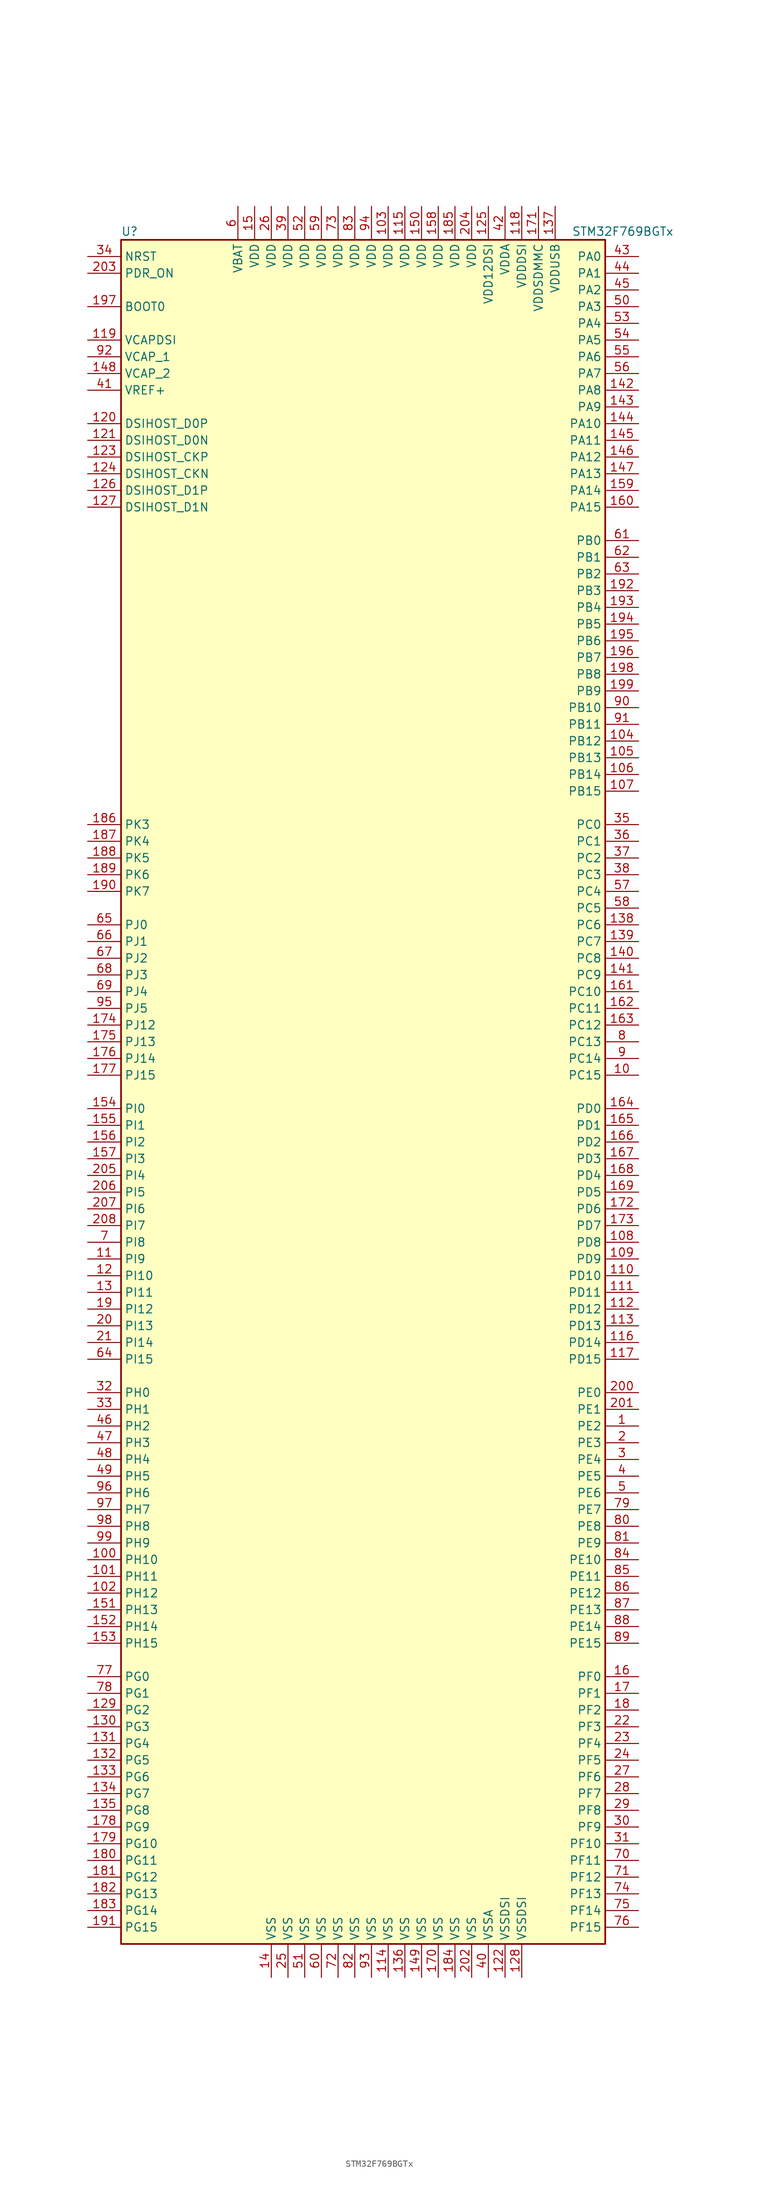
<source format=kicad_sym>
(kicad_symbol_lib
  (version 20201005)
  (generator kicad_symbol_editor)
  (symbol "STM32F769BGTx"
    (property "Reference" "U"
      (at -38.1 130.81 0)
      (effects (font (size 1.27 1.27)) (justify left)))
    (property "Value" "STM32F769BGTx"
      (at 30.48 130.81 0)
      (effects (font (size 1.27 1.27)) (justify left)))
    (symbol "STM32F769BGTx_0_1"
      (rectangle (start -38.1 -129.54) (end 35.56 129.54) (stroke (width 0.254)) (fill (type background))))
    (symbol "STM32F769BGTx_1_1"
      (pin bidirectional line (at 40.64 -50.8 180) (length 5.08) (name "PE2" (effects (font (size 1.27 1.27)))) (number "1" (effects (font (size 1.27 1.27)))))
      (pin bidirectional line (at 40.64 2.54 180) (length 5.08) (name "PC15" (effects (font (size 1.27 1.27)))) (number "10" (effects (font (size 1.27 1.27)))))
      (pin bidirectional line (at -43.18 -71.12 0) (length 5.08) (name "PH10" (effects (font (size 1.27 1.27)))) (number "100" (effects (font (size 1.27 1.27)))))
      (pin bidirectional line (at -43.18 -73.66 0) (length 5.08) (name "PH11" (effects (font (size 1.27 1.27)))) (number "101" (effects (font (size 1.27 1.27)))))
      (pin bidirectional line (at -43.18 -76.2 0) (length 5.08) (name "PH12" (effects (font (size 1.27 1.27)))) (number "102" (effects (font (size 1.27 1.27)))))
      (pin power_in line (at 2.54 134.62 270) (length 5.08) (name "VDD" (effects (font (size 1.27 1.27)))) (number "103" (effects (font (size 1.27 1.27)))))
      (pin bidirectional line (at 40.64 53.34 180) (length 5.08) (name "PB12" (effects (font (size 1.27 1.27)))) (number "104" (effects (font (size 1.27 1.27)))))
      (pin bidirectional line (at 40.64 50.8 180) (length 5.08) (name "PB13" (effects (font (size 1.27 1.27)))) (number "105" (effects (font (size 1.27 1.27)))))
      (pin bidirectional line (at 40.64 48.26 180) (length 5.08) (name "PB14" (effects (font (size 1.27 1.27)))) (number "106" (effects (font (size 1.27 1.27)))))
      (pin bidirectional line (at 40.64 45.72 180) (length 5.08) (name "PB15" (effects (font (size 1.27 1.27)))) (number "107" (effects (font (size 1.27 1.27)))))
      (pin bidirectional line (at 40.64 -22.86 180) (length 5.08) (name "PD8" (effects (font (size 1.27 1.27)))) (number "108" (effects (font (size 1.27 1.27)))))
      (pin bidirectional line (at 40.64 -25.4 180) (length 5.08) (name "PD9" (effects (font (size 1.27 1.27)))) (number "109" (effects (font (size 1.27 1.27)))))
      (pin bidirectional line (at -43.18 -25.4 0) (length 5.08) (name "PI9" (effects (font (size 1.27 1.27)))) (number "11" (effects (font (size 1.27 1.27)))))
      (pin bidirectional line (at 40.64 -27.94 180) (length 5.08) (name "PD10" (effects (font (size 1.27 1.27)))) (number "110" (effects (font (size 1.27 1.27)))))
      (pin bidirectional line (at 40.64 -30.48 180) (length 5.08) (name "PD11" (effects (font (size 1.27 1.27)))) (number "111" (effects (font (size 1.27 1.27)))))
      (pin bidirectional line (at 40.64 -33.02 180) (length 5.08) (name "PD12" (effects (font (size 1.27 1.27)))) (number "112" (effects (font (size 1.27 1.27)))))
      (pin bidirectional line (at 40.64 -35.56 180) (length 5.08) (name "PD13" (effects (font (size 1.27 1.27)))) (number "113" (effects (font (size 1.27 1.27)))))
      (pin power_in line (at 2.54 -134.62 90) (length 5.08) (name "VSS" (effects (font (size 1.27 1.27)))) (number "114" (effects (font (size 1.27 1.27)))))
      (pin power_in line (at 5.08 134.62 270) (length 5.08) (name "VDD" (effects (font (size 1.27 1.27)))) (number "115" (effects (font (size 1.27 1.27)))))
      (pin bidirectional line (at 40.64 -38.1 180) (length 5.08) (name "PD14" (effects (font (size 1.27 1.27)))) (number "116" (effects (font (size 1.27 1.27)))))
      (pin bidirectional line (at 40.64 -40.64 180) (length 5.08) (name "PD15" (effects (font (size 1.27 1.27)))) (number "117" (effects (font (size 1.27 1.27)))))
      (pin power_in line (at 22.86 134.62 270) (length 5.08) (name "VDDDSI" (effects (font (size 1.27 1.27)))) (number "118" (effects (font (size 1.27 1.27)))))
      (pin power_in line (at -43.18 114.3 0) (length 5.08) (name "VCAPDSI" (effects (font (size 1.27 1.27)))) (number "119" (effects (font (size 1.27 1.27)))))
      (pin bidirectional line (at -43.18 -27.94 0) (length 5.08) (name "PI10" (effects (font (size 1.27 1.27)))) (number "12" (effects (font (size 1.27 1.27)))))
      (pin bidirectional line (at -43.18 101.6 0) (length 5.08) (name "DSIHOST_D0P" (effects (font (size 1.27 1.27)))) (number "120" (effects (font (size 1.27 1.27)))))
      (pin bidirectional line (at -43.18 99.06 0) (length 5.08) (name "DSIHOST_D0N" (effects (font (size 1.27 1.27)))) (number "121" (effects (font (size 1.27 1.27)))))
      (pin power_in line (at 20.32 -134.62 90) (length 5.08) (name "VSSDSI" (effects (font (size 1.27 1.27)))) (number "122" (effects (font (size 1.27 1.27)))))
      (pin bidirectional line (at -43.18 96.52 0) (length 5.08) (name "DSIHOST_CKP" (effects (font (size 1.27 1.27)))) (number "123" (effects (font (size 1.27 1.27)))))
      (pin bidirectional line (at -43.18 93.98 0) (length 5.08) (name "DSIHOST_CKN" (effects (font (size 1.27 1.27)))) (number "124" (effects (font (size 1.27 1.27)))))
      (pin power_in line (at 17.78 134.62 270) (length 5.08) (name "VDD12DSI" (effects (font (size 1.27 1.27)))) (number "125" (effects (font (size 1.27 1.27)))))
      (pin bidirectional line (at -43.18 91.44 0) (length 5.08) (name "DSIHOST_D1P" (effects (font (size 1.27 1.27)))) (number "126" (effects (font (size 1.27 1.27)))))
      (pin bidirectional line (at -43.18 88.9 0) (length 5.08) (name "DSIHOST_D1N" (effects (font (size 1.27 1.27)))) (number "127" (effects (font (size 1.27 1.27)))))
      (pin power_in line (at 22.86 -134.62 90) (length 5.08) (name "VSSDSI" (effects (font (size 1.27 1.27)))) (number "128" (effects (font (size 1.27 1.27)))))
      (pin bidirectional line (at -43.18 -93.98 0) (length 5.08) (name "PG2" (effects (font (size 1.27 1.27)))) (number "129" (effects (font (size 1.27 1.27)))))
      (pin bidirectional line (at -43.18 -30.48 0) (length 5.08) (name "PI11" (effects (font (size 1.27 1.27)))) (number "13" (effects (font (size 1.27 1.27)))))
      (pin bidirectional line (at -43.18 -96.52 0) (length 5.08) (name "PG3" (effects (font (size 1.27 1.27)))) (number "130" (effects (font (size 1.27 1.27)))))
      (pin bidirectional line (at -43.18 -99.06 0) (length 5.08) (name "PG4" (effects (font (size 1.27 1.27)))) (number "131" (effects (font (size 1.27 1.27)))))
      (pin bidirectional line (at -43.18 -101.6 0) (length 5.08) (name "PG5" (effects (font (size 1.27 1.27)))) (number "132" (effects (font (size 1.27 1.27)))))
      (pin bidirectional line (at -43.18 -104.14 0) (length 5.08) (name "PG6" (effects (font (size 1.27 1.27)))) (number "133" (effects (font (size 1.27 1.27)))))
      (pin bidirectional line (at -43.18 -106.68 0) (length 5.08) (name "PG7" (effects (font (size 1.27 1.27)))) (number "134" (effects (font (size 1.27 1.27)))))
      (pin bidirectional line (at -43.18 -109.22 0) (length 5.08) (name "PG8" (effects (font (size 1.27 1.27)))) (number "135" (effects (font (size 1.27 1.27)))))
      (pin power_in line (at 5.08 -134.62 90) (length 5.08) (name "VSS" (effects (font (size 1.27 1.27)))) (number "136" (effects (font (size 1.27 1.27)))))
      (pin power_in line (at 27.94 134.62 270) (length 5.08) (name "VDDUSB" (effects (font (size 1.27 1.27)))) (number "137" (effects (font (size 1.27 1.27)))))
      (pin bidirectional line (at 40.64 25.4 180) (length 5.08) (name "PC6" (effects (font (size 1.27 1.27)))) (number "138" (effects (font (size 1.27 1.27)))))
      (pin bidirectional line (at 40.64 22.86 180) (length 5.08) (name "PC7" (effects (font (size 1.27 1.27)))) (number "139" (effects (font (size 1.27 1.27)))))
      (pin power_in line (at -15.24 -134.62 90) (length 5.08) (name "VSS" (effects (font (size 1.27 1.27)))) (number "14" (effects (font (size 1.27 1.27)))))
      (pin bidirectional line (at 40.64 20.32 180) (length 5.08) (name "PC8" (effects (font (size 1.27 1.27)))) (number "140" (effects (font (size 1.27 1.27)))))
      (pin bidirectional line (at 40.64 17.78 180) (length 5.08) (name "PC9" (effects (font (size 1.27 1.27)))) (number "141" (effects (font (size 1.27 1.27)))))
      (pin bidirectional line (at 40.64 106.68 180) (length 5.08) (name "PA8" (effects (font (size 1.27 1.27)))) (number "142" (effects (font (size 1.27 1.27)))))
      (pin bidirectional line (at 40.64 104.14 180) (length 5.08) (name "PA9" (effects (font (size 1.27 1.27)))) (number "143" (effects (font (size 1.27 1.27)))))
      (pin bidirectional line (at 40.64 101.6 180) (length 5.08) (name "PA10" (effects (font (size 1.27 1.27)))) (number "144" (effects (font (size 1.27 1.27)))))
      (pin bidirectional line (at 40.64 99.06 180) (length 5.08) (name "PA11" (effects (font (size 1.27 1.27)))) (number "145" (effects (font (size 1.27 1.27)))))
      (pin bidirectional line (at 40.64 96.52 180) (length 5.08) (name "PA12" (effects (font (size 1.27 1.27)))) (number "146" (effects (font (size 1.27 1.27)))))
      (pin bidirectional line (at 40.64 93.98 180) (length 5.08) (name "PA13" (effects (font (size 1.27 1.27)))) (number "147" (effects (font (size 1.27 1.27)))))
      (pin power_in line (at -43.18 109.22 0) (length 5.08) (name "VCAP_2" (effects (font (size 1.27 1.27)))) (number "148" (effects (font (size 1.27 1.27)))))
      (pin power_in line (at 7.62 -134.62 90) (length 5.08) (name "VSS" (effects (font (size 1.27 1.27)))) (number "149" (effects (font (size 1.27 1.27)))))
      (pin power_in line (at -17.78 134.62 270) (length 5.08) (name "VDD" (effects (font (size 1.27 1.27)))) (number "15" (effects (font (size 1.27 1.27)))))
      (pin power_in line (at 7.62 134.62 270) (length 5.08) (name "VDD" (effects (font (size 1.27 1.27)))) (number "150" (effects (font (size 1.27 1.27)))))
      (pin bidirectional line (at -43.18 -78.74 0) (length 5.08) (name "PH13" (effects (font (size 1.27 1.27)))) (number "151" (effects (font (size 1.27 1.27)))))
      (pin bidirectional line (at -43.18 -81.28 0) (length 5.08) (name "PH14" (effects (font (size 1.27 1.27)))) (number "152" (effects (font (size 1.27 1.27)))))
      (pin bidirectional line (at -43.18 -83.82 0) (length 5.08) (name "PH15" (effects (font (size 1.27 1.27)))) (number "153" (effects (font (size 1.27 1.27)))))
      (pin bidirectional line (at -43.18 -2.54 0) (length 5.08) (name "PI0" (effects (font (size 1.27 1.27)))) (number "154" (effects (font (size 1.27 1.27)))))
      (pin bidirectional line (at -43.18 -5.08 0) (length 5.08) (name "PI1" (effects (font (size 1.27 1.27)))) (number "155" (effects (font (size 1.27 1.27)))))
      (pin bidirectional line (at -43.18 -7.62 0) (length 5.08) (name "PI2" (effects (font (size 1.27 1.27)))) (number "156" (effects (font (size 1.27 1.27)))))
      (pin bidirectional line (at -43.18 -10.16 0) (length 5.08) (name "PI3" (effects (font (size 1.27 1.27)))) (number "157" (effects (font (size 1.27 1.27)))))
      (pin power_in line (at 10.16 134.62 270) (length 5.08) (name "VDD" (effects (font (size 1.27 1.27)))) (number "158" (effects (font (size 1.27 1.27)))))
      (pin bidirectional line (at 40.64 91.44 180) (length 5.08) (name "PA14" (effects (font (size 1.27 1.27)))) (number "159" (effects (font (size 1.27 1.27)))))
      (pin bidirectional line (at 40.64 -88.9 180) (length 5.08) (name "PF0" (effects (font (size 1.27 1.27)))) (number "16" (effects (font (size 1.27 1.27)))))
      (pin bidirectional line (at 40.64 88.9 180) (length 5.08) (name "PA15" (effects (font (size 1.27 1.27)))) (number "160" (effects (font (size 1.27 1.27)))))
      (pin bidirectional line (at 40.64 15.24 180) (length 5.08) (name "PC10" (effects (font (size 1.27 1.27)))) (number "161" (effects (font (size 1.27 1.27)))))
      (pin bidirectional line (at 40.64 12.7 180) (length 5.08) (name "PC11" (effects (font (size 1.27 1.27)))) (number "162" (effects (font (size 1.27 1.27)))))
      (pin bidirectional line (at 40.64 10.16 180) (length 5.08) (name "PC12" (effects (font (size 1.27 1.27)))) (number "163" (effects (font (size 1.27 1.27)))))
      (pin bidirectional line (at 40.64 -2.54 180) (length 5.08) (name "PD0" (effects (font (size 1.27 1.27)))) (number "164" (effects (font (size 1.27 1.27)))))
      (pin bidirectional line (at 40.64 -5.08 180) (length 5.08) (name "PD1" (effects (font (size 1.27 1.27)))) (number "165" (effects (font (size 1.27 1.27)))))
      (pin bidirectional line (at 40.64 -7.62 180) (length 5.08) (name "PD2" (effects (font (size 1.27 1.27)))) (number "166" (effects (font (size 1.27 1.27)))))
      (pin bidirectional line (at 40.64 -10.16 180) (length 5.08) (name "PD3" (effects (font (size 1.27 1.27)))) (number "167" (effects (font (size 1.27 1.27)))))
      (pin bidirectional line (at 40.64 -12.7 180) (length 5.08) (name "PD4" (effects (font (size 1.27 1.27)))) (number "168" (effects (font (size 1.27 1.27)))))
      (pin bidirectional line (at 40.64 -15.24 180) (length 5.08) (name "PD5" (effects (font (size 1.27 1.27)))) (number "169" (effects (font (size 1.27 1.27)))))
      (pin bidirectional line (at 40.64 -91.44 180) (length 5.08) (name "PF1" (effects (font (size 1.27 1.27)))) (number "17" (effects (font (size 1.27 1.27)))))
      (pin power_in line (at 10.16 -134.62 90) (length 5.08) (name "VSS" (effects (font (size 1.27 1.27)))) (number "170" (effects (font (size 1.27 1.27)))))
      (pin power_in line (at 25.4 134.62 270) (length 5.08) (name "VDDSDMMC" (effects (font (size 1.27 1.27)))) (number "171" (effects (font (size 1.27 1.27)))))
      (pin bidirectional line (at 40.64 -17.78 180) (length 5.08) (name "PD6" (effects (font (size 1.27 1.27)))) (number "172" (effects (font (size 1.27 1.27)))))
      (pin bidirectional line (at 40.64 -20.32 180) (length 5.08) (name "PD7" (effects (font (size 1.27 1.27)))) (number "173" (effects (font (size 1.27 1.27)))))
      (pin bidirectional line (at -43.18 10.16 0) (length 5.08) (name "PJ12" (effects (font (size 1.27 1.27)))) (number "174" (effects (font (size 1.27 1.27)))))
      (pin bidirectional line (at -43.18 7.62 0) (length 5.08) (name "PJ13" (effects (font (size 1.27 1.27)))) (number "175" (effects (font (size 1.27 1.27)))))
      (pin bidirectional line (at -43.18 5.08 0) (length 5.08) (name "PJ14" (effects (font (size 1.27 1.27)))) (number "176" (effects (font (size 1.27 1.27)))))
      (pin bidirectional line (at -43.18 2.54 0) (length 5.08) (name "PJ15" (effects (font (size 1.27 1.27)))) (number "177" (effects (font (size 1.27 1.27)))))
      (pin bidirectional line (at -43.18 -111.76 0) (length 5.08) (name "PG9" (effects (font (size 1.27 1.27)))) (number "178" (effects (font (size 1.27 1.27)))))
      (pin bidirectional line (at -43.18 -114.3 0) (length 5.08) (name "PG10" (effects (font (size 1.27 1.27)))) (number "179" (effects (font (size 1.27 1.27)))))
      (pin bidirectional line (at 40.64 -93.98 180) (length 5.08) (name "PF2" (effects (font (size 1.27 1.27)))) (number "18" (effects (font (size 1.27 1.27)))))
      (pin bidirectional line (at -43.18 -116.84 0) (length 5.08) (name "PG11" (effects (font (size 1.27 1.27)))) (number "180" (effects (font (size 1.27 1.27)))))
      (pin bidirectional line (at -43.18 -119.38 0) (length 5.08) (name "PG12" (effects (font (size 1.27 1.27)))) (number "181" (effects (font (size 1.27 1.27)))))
      (pin bidirectional line (at -43.18 -121.92 0) (length 5.08) (name "PG13" (effects (font (size 1.27 1.27)))) (number "182" (effects (font (size 1.27 1.27)))))
      (pin bidirectional line (at -43.18 -124.46 0) (length 5.08) (name "PG14" (effects (font (size 1.27 1.27)))) (number "183" (effects (font (size 1.27 1.27)))))
      (pin power_in line (at 12.7 -134.62 90) (length 5.08) (name "VSS" (effects (font (size 1.27 1.27)))) (number "184" (effects (font (size 1.27 1.27)))))
      (pin power_in line (at 12.7 134.62 270) (length 5.08) (name "VDD" (effects (font (size 1.27 1.27)))) (number "185" (effects (font (size 1.27 1.27)))))
      (pin bidirectional line (at -43.18 40.64 0) (length 5.08) (name "PK3" (effects (font (size 1.27 1.27)))) (number "186" (effects (font (size 1.27 1.27)))))
      (pin bidirectional line (at -43.18 38.1 0) (length 5.08) (name "PK4" (effects (font (size 1.27 1.27)))) (number "187" (effects (font (size 1.27 1.27)))))
      (pin bidirectional line (at -43.18 35.56 0) (length 5.08) (name "PK5" (effects (font (size 1.27 1.27)))) (number "188" (effects (font (size 1.27 1.27)))))
      (pin bidirectional line (at -43.18 33.02 0) (length 5.08) (name "PK6" (effects (font (size 1.27 1.27)))) (number "189" (effects (font (size 1.27 1.27)))))
      (pin bidirectional line (at -43.18 -33.02 0) (length 5.08) (name "PI12" (effects (font (size 1.27 1.27)))) (number "19" (effects (font (size 1.27 1.27)))))
      (pin bidirectional line (at -43.18 30.48 0) (length 5.08) (name "PK7" (effects (font (size 1.27 1.27)))) (number "190" (effects (font (size 1.27 1.27)))))
      (pin bidirectional line (at -43.18 -127 0) (length 5.08) (name "PG15" (effects (font (size 1.27 1.27)))) (number "191" (effects (font (size 1.27 1.27)))))
      (pin bidirectional line (at 40.64 76.2 180) (length 5.08) (name "PB3" (effects (font (size 1.27 1.27)))) (number "192" (effects (font (size 1.27 1.27)))))
      (pin bidirectional line (at 40.64 73.66 180) (length 5.08) (name "PB4" (effects (font (size 1.27 1.27)))) (number "193" (effects (font (size 1.27 1.27)))))
      (pin bidirectional line (at 40.64 71.12 180) (length 5.08) (name "PB5" (effects (font (size 1.27 1.27)))) (number "194" (effects (font (size 1.27 1.27)))))
      (pin bidirectional line (at 40.64 68.58 180) (length 5.08) (name "PB6" (effects (font (size 1.27 1.27)))) (number "195" (effects (font (size 1.27 1.27)))))
      (pin bidirectional line (at 40.64 66.04 180) (length 5.08) (name "PB7" (effects (font (size 1.27 1.27)))) (number "196" (effects (font (size 1.27 1.27)))))
      (pin input line (at -43.18 119.38 0) (length 5.08) (name "BOOT0" (effects (font (size 1.27 1.27)))) (number "197" (effects (font (size 1.27 1.27)))))
      (pin bidirectional line (at 40.64 63.5 180) (length 5.08) (name "PB8" (effects (font (size 1.27 1.27)))) (number "198" (effects (font (size 1.27 1.27)))))
      (pin bidirectional line (at 40.64 60.96 180) (length 5.08) (name "PB9" (effects (font (size 1.27 1.27)))) (number "199" (effects (font (size 1.27 1.27)))))
      (pin bidirectional line (at 40.64 -53.34 180) (length 5.08) (name "PE3" (effects (font (size 1.27 1.27)))) (number "2" (effects (font (size 1.27 1.27)))))
      (pin bidirectional line (at -43.18 -35.56 0) (length 5.08) (name "PI13" (effects (font (size 1.27 1.27)))) (number "20" (effects (font (size 1.27 1.27)))))
      (pin bidirectional line (at 40.64 -45.72 180) (length 5.08) (name "PE0" (effects (font (size 1.27 1.27)))) (number "200" (effects (font (size 1.27 1.27)))))
      (pin bidirectional line (at 40.64 -48.26 180) (length 5.08) (name "PE1" (effects (font (size 1.27 1.27)))) (number "201" (effects (font (size 1.27 1.27)))))
      (pin power_in line (at 15.24 -134.62 90) (length 5.08) (name "VSS" (effects (font (size 1.27 1.27)))) (number "202" (effects (font (size 1.27 1.27)))))
      (pin input line (at -43.18 124.46 0) (length 5.08) (name "PDR_ON" (effects (font (size 1.27 1.27)))) (number "203" (effects (font (size 1.27 1.27)))))
      (pin power_in line (at 15.24 134.62 270) (length 5.08) (name "VDD" (effects (font (size 1.27 1.27)))) (number "204" (effects (font (size 1.27 1.27)))))
      (pin bidirectional line (at -43.18 -12.7 0) (length 5.08) (name "PI4" (effects (font (size 1.27 1.27)))) (number "205" (effects (font (size 1.27 1.27)))))
      (pin bidirectional line (at -43.18 -15.24 0) (length 5.08) (name "PI5" (effects (font (size 1.27 1.27)))) (number "206" (effects (font (size 1.27 1.27)))))
      (pin bidirectional line (at -43.18 -17.78 0) (length 5.08) (name "PI6" (effects (font (size 1.27 1.27)))) (number "207" (effects (font (size 1.27 1.27)))))
      (pin bidirectional line (at -43.18 -20.32 0) (length 5.08) (name "PI7" (effects (font (size 1.27 1.27)))) (number "208" (effects (font (size 1.27 1.27)))))
      (pin bidirectional line (at -43.18 -38.1 0) (length 5.08) (name "PI14" (effects (font (size 1.27 1.27)))) (number "21" (effects (font (size 1.27 1.27)))))
      (pin bidirectional line (at 40.64 -96.52 180) (length 5.08) (name "PF3" (effects (font (size 1.27 1.27)))) (number "22" (effects (font (size 1.27 1.27)))))
      (pin bidirectional line (at 40.64 -99.06 180) (length 5.08) (name "PF4" (effects (font (size 1.27 1.27)))) (number "23" (effects (font (size 1.27 1.27)))))
      (pin bidirectional line (at 40.64 -101.6 180) (length 5.08) (name "PF5" (effects (font (size 1.27 1.27)))) (number "24" (effects (font (size 1.27 1.27)))))
      (pin power_in line (at -12.7 -134.62 90) (length 5.08) (name "VSS" (effects (font (size 1.27 1.27)))) (number "25" (effects (font (size 1.27 1.27)))))
      (pin power_in line (at -15.24 134.62 270) (length 5.08) (name "VDD" (effects (font (size 1.27 1.27)))) (number "26" (effects (font (size 1.27 1.27)))))
      (pin bidirectional line (at 40.64 -104.14 180) (length 5.08) (name "PF6" (effects (font (size 1.27 1.27)))) (number "27" (effects (font (size 1.27 1.27)))))
      (pin bidirectional line (at 40.64 -106.68 180) (length 5.08) (name "PF7" (effects (font (size 1.27 1.27)))) (number "28" (effects (font (size 1.27 1.27)))))
      (pin bidirectional line (at 40.64 -109.22 180) (length 5.08) (name "PF8" (effects (font (size 1.27 1.27)))) (number "29" (effects (font (size 1.27 1.27)))))
      (pin bidirectional line (at 40.64 -55.88 180) (length 5.08) (name "PE4" (effects (font (size 1.27 1.27)))) (number "3" (effects (font (size 1.27 1.27)))))
      (pin bidirectional line (at 40.64 -111.76 180) (length 5.08) (name "PF9" (effects (font (size 1.27 1.27)))) (number "30" (effects (font (size 1.27 1.27)))))
      (pin bidirectional line (at 40.64 -114.3 180) (length 5.08) (name "PF10" (effects (font (size 1.27 1.27)))) (number "31" (effects (font (size 1.27 1.27)))))
      (pin input line (at -43.18 -45.72 0) (length 5.08) (name "PH0" (effects (font (size 1.27 1.27)))) (number "32" (effects (font (size 1.27 1.27)))))
      (pin input line (at -43.18 -48.26 0) (length 5.08) (name "PH1" (effects (font (size 1.27 1.27)))) (number "33" (effects (font (size 1.27 1.27)))))
      (pin input line (at -43.18 127 0) (length 5.08) (name "NRST" (effects (font (size 1.27 1.27)))) (number "34" (effects (font (size 1.27 1.27)))))
      (pin bidirectional line (at 40.64 40.64 180) (length 5.08) (name "PC0" (effects (font (size 1.27 1.27)))) (number "35" (effects (font (size 1.27 1.27)))))
      (pin bidirectional line (at 40.64 38.1 180) (length 5.08) (name "PC1" (effects (font (size 1.27 1.27)))) (number "36" (effects (font (size 1.27 1.27)))))
      (pin bidirectional line (at 40.64 35.56 180) (length 5.08) (name "PC2" (effects (font (size 1.27 1.27)))) (number "37" (effects (font (size 1.27 1.27)))))
      (pin bidirectional line (at 40.64 33.02 180) (length 5.08) (name "PC3" (effects (font (size 1.27 1.27)))) (number "38" (effects (font (size 1.27 1.27)))))
      (pin power_in line (at -12.7 134.62 270) (length 5.08) (name "VDD" (effects (font (size 1.27 1.27)))) (number "39" (effects (font (size 1.27 1.27)))))
      (pin bidirectional line (at 40.64 -58.42 180) (length 5.08) (name "PE5" (effects (font (size 1.27 1.27)))) (number "4" (effects (font (size 1.27 1.27)))))
      (pin power_in line (at 17.78 -134.62 90) (length 5.08) (name "VSSA" (effects (font (size 1.27 1.27)))) (number "40" (effects (font (size 1.27 1.27)))))
      (pin power_in line (at -43.18 106.68 0) (length 5.08) (name "VREF+" (effects (font (size 1.27 1.27)))) (number "41" (effects (font (size 1.27 1.27)))))
      (pin power_in line (at 20.32 134.62 270) (length 5.08) (name "VDDA" (effects (font (size 1.27 1.27)))) (number "42" (effects (font (size 1.27 1.27)))))
      (pin bidirectional line (at 40.64 127 180) (length 5.08) (name "PA0" (effects (font (size 1.27 1.27)))) (number "43" (effects (font (size 1.27 1.27)))))
      (pin bidirectional line (at 40.64 124.46 180) (length 5.08) (name "PA1" (effects (font (size 1.27 1.27)))) (number "44" (effects (font (size 1.27 1.27)))))
      (pin bidirectional line (at 40.64 121.92 180) (length 5.08) (name "PA2" (effects (font (size 1.27 1.27)))) (number "45" (effects (font (size 1.27 1.27)))))
      (pin bidirectional line (at -43.18 -50.8 0) (length 5.08) (name "PH2" (effects (font (size 1.27 1.27)))) (number "46" (effects (font (size 1.27 1.27)))))
      (pin bidirectional line (at -43.18 -53.34 0) (length 5.08) (name "PH3" (effects (font (size 1.27 1.27)))) (number "47" (effects (font (size 1.27 1.27)))))
      (pin bidirectional line (at -43.18 -55.88 0) (length 5.08) (name "PH4" (effects (font (size 1.27 1.27)))) (number "48" (effects (font (size 1.27 1.27)))))
      (pin bidirectional line (at -43.18 -58.42 0) (length 5.08) (name "PH5" (effects (font (size 1.27 1.27)))) (number "49" (effects (font (size 1.27 1.27)))))
      (pin bidirectional line (at 40.64 -60.96 180) (length 5.08) (name "PE6" (effects (font (size 1.27 1.27)))) (number "5" (effects (font (size 1.27 1.27)))))
      (pin bidirectional line (at 40.64 119.38 180) (length 5.08) (name "PA3" (effects (font (size 1.27 1.27)))) (number "50" (effects (font (size 1.27 1.27)))))
      (pin power_in line (at -10.16 -134.62 90) (length 5.08) (name "VSS" (effects (font (size 1.27 1.27)))) (number "51" (effects (font (size 1.27 1.27)))))
      (pin power_in line (at -10.16 134.62 270) (length 5.08) (name "VDD" (effects (font (size 1.27 1.27)))) (number "52" (effects (font (size 1.27 1.27)))))
      (pin bidirectional line (at 40.64 116.84 180) (length 5.08) (name "PA4" (effects (font (size 1.27 1.27)))) (number "53" (effects (font (size 1.27 1.27)))))
      (pin bidirectional line (at 40.64 114.3 180) (length 5.08) (name "PA5" (effects (font (size 1.27 1.27)))) (number "54" (effects (font (size 1.27 1.27)))))
      (pin bidirectional line (at 40.64 111.76 180) (length 5.08) (name "PA6" (effects (font (size 1.27 1.27)))) (number "55" (effects (font (size 1.27 1.27)))))
      (pin bidirectional line (at 40.64 109.22 180) (length 5.08) (name "PA7" (effects (font (size 1.27 1.27)))) (number "56" (effects (font (size 1.27 1.27)))))
      (pin bidirectional line (at 40.64 30.48 180) (length 5.08) (name "PC4" (effects (font (size 1.27 1.27)))) (number "57" (effects (font (size 1.27 1.27)))))
      (pin bidirectional line (at 40.64 27.94 180) (length 5.08) (name "PC5" (effects (font (size 1.27 1.27)))) (number "58" (effects (font (size 1.27 1.27)))))
      (pin power_in line (at -7.62 134.62 270) (length 5.08) (name "VDD" (effects (font (size 1.27 1.27)))) (number "59" (effects (font (size 1.27 1.27)))))
      (pin power_in line (at -20.32 134.62 270) (length 5.08) (name "VBAT" (effects (font (size 1.27 1.27)))) (number "6" (effects (font (size 1.27 1.27)))))
      (pin power_in line (at -7.62 -134.62 90) (length 5.08) (name "VSS" (effects (font (size 1.27 1.27)))) (number "60" (effects (font (size 1.27 1.27)))))
      (pin bidirectional line (at 40.64 83.82 180) (length 5.08) (name "PB0" (effects (font (size 1.27 1.27)))) (number "61" (effects (font (size 1.27 1.27)))))
      (pin bidirectional line (at 40.64 81.28 180) (length 5.08) (name "PB1" (effects (font (size 1.27 1.27)))) (number "62" (effects (font (size 1.27 1.27)))))
      (pin bidirectional line (at 40.64 78.74 180) (length 5.08) (name "PB2" (effects (font (size 1.27 1.27)))) (number "63" (effects (font (size 1.27 1.27)))))
      (pin bidirectional line (at -43.18 -40.64 0) (length 5.08) (name "PI15" (effects (font (size 1.27 1.27)))) (number "64" (effects (font (size 1.27 1.27)))))
      (pin bidirectional line (at -43.18 25.4 0) (length 5.08) (name "PJ0" (effects (font (size 1.27 1.27)))) (number "65" (effects (font (size 1.27 1.27)))))
      (pin bidirectional line (at -43.18 22.86 0) (length 5.08) (name "PJ1" (effects (font (size 1.27 1.27)))) (number "66" (effects (font (size 1.27 1.27)))))
      (pin bidirectional line (at -43.18 20.32 0) (length 5.08) (name "PJ2" (effects (font (size 1.27 1.27)))) (number "67" (effects (font (size 1.27 1.27)))))
      (pin bidirectional line (at -43.18 17.78 0) (length 5.08) (name "PJ3" (effects (font (size 1.27 1.27)))) (number "68" (effects (font (size 1.27 1.27)))))
      (pin bidirectional line (at -43.18 15.24 0) (length 5.08) (name "PJ4" (effects (font (size 1.27 1.27)))) (number "69" (effects (font (size 1.27 1.27)))))
      (pin bidirectional line (at -43.18 -22.86 0) (length 5.08) (name "PI8" (effects (font (size 1.27 1.27)))) (number "7" (effects (font (size 1.27 1.27)))))
      (pin bidirectional line (at 40.64 -116.84 180) (length 5.08) (name "PF11" (effects (font (size 1.27 1.27)))) (number "70" (effects (font (size 1.27 1.27)))))
      (pin bidirectional line (at 40.64 -119.38 180) (length 5.08) (name "PF12" (effects (font (size 1.27 1.27)))) (number "71" (effects (font (size 1.27 1.27)))))
      (pin power_in line (at -5.08 -134.62 90) (length 5.08) (name "VSS" (effects (font (size 1.27 1.27)))) (number "72" (effects (font (size 1.27 1.27)))))
      (pin power_in line (at -5.08 134.62 270) (length 5.08) (name "VDD" (effects (font (size 1.27 1.27)))) (number "73" (effects (font (size 1.27 1.27)))))
      (pin bidirectional line (at 40.64 -121.92 180) (length 5.08) (name "PF13" (effects (font (size 1.27 1.27)))) (number "74" (effects (font (size 1.27 1.27)))))
      (pin bidirectional line (at 40.64 -124.46 180) (length 5.08) (name "PF14" (effects (font (size 1.27 1.27)))) (number "75" (effects (font (size 1.27 1.27)))))
      (pin bidirectional line (at 40.64 -127 180) (length 5.08) (name "PF15" (effects (font (size 1.27 1.27)))) (number "76" (effects (font (size 1.27 1.27)))))
      (pin bidirectional line (at -43.18 -88.9 0) (length 5.08) (name "PG0" (effects (font (size 1.27 1.27)))) (number "77" (effects (font (size 1.27 1.27)))))
      (pin bidirectional line (at -43.18 -91.44 0) (length 5.08) (name "PG1" (effects (font (size 1.27 1.27)))) (number "78" (effects (font (size 1.27 1.27)))))
      (pin bidirectional line (at 40.64 -63.5 180) (length 5.08) (name "PE7" (effects (font (size 1.27 1.27)))) (number "79" (effects (font (size 1.27 1.27)))))
      (pin bidirectional line (at 40.64 7.62 180) (length 5.08) (name "PC13" (effects (font (size 1.27 1.27)))) (number "8" (effects (font (size 1.27 1.27)))))
      (pin bidirectional line (at 40.64 -66.04 180) (length 5.08) (name "PE8" (effects (font (size 1.27 1.27)))) (number "80" (effects (font (size 1.27 1.27)))))
      (pin bidirectional line (at 40.64 -68.58 180) (length 5.08) (name "PE9" (effects (font (size 1.27 1.27)))) (number "81" (effects (font (size 1.27 1.27)))))
      (pin power_in line (at -2.54 -134.62 90) (length 5.08) (name "VSS" (effects (font (size 1.27 1.27)))) (number "82" (effects (font (size 1.27 1.27)))))
      (pin power_in line (at -2.54 134.62 270) (length 5.08) (name "VDD" (effects (font (size 1.27 1.27)))) (number "83" (effects (font (size 1.27 1.27)))))
      (pin bidirectional line (at 40.64 -71.12 180) (length 5.08) (name "PE10" (effects (font (size 1.27 1.27)))) (number "84" (effects (font (size 1.27 1.27)))))
      (pin bidirectional line (at 40.64 -73.66 180) (length 5.08) (name "PE11" (effects (font (size 1.27 1.27)))) (number "85" (effects (font (size 1.27 1.27)))))
      (pin bidirectional line (at 40.64 -76.2 180) (length 5.08) (name "PE12" (effects (font (size 1.27 1.27)))) (number "86" (effects (font (size 1.27 1.27)))))
      (pin bidirectional line (at 40.64 -78.74 180) (length 5.08) (name "PE13" (effects (font (size 1.27 1.27)))) (number "87" (effects (font (size 1.27 1.27)))))
      (pin bidirectional line (at 40.64 -81.28 180) (length 5.08) (name "PE14" (effects (font (size 1.27 1.27)))) (number "88" (effects (font (size 1.27 1.27)))))
      (pin bidirectional line (at 40.64 -83.82 180) (length 5.08) (name "PE15" (effects (font (size 1.27 1.27)))) (number "89" (effects (font (size 1.27 1.27)))))
      (pin bidirectional line (at 40.64 5.08 180) (length 5.08) (name "PC14" (effects (font (size 1.27 1.27)))) (number "9" (effects (font (size 1.27 1.27)))))
      (pin bidirectional line (at 40.64 58.42 180) (length 5.08) (name "PB10" (effects (font (size 1.27 1.27)))) (number "90" (effects (font (size 1.27 1.27)))))
      (pin bidirectional line (at 40.64 55.88 180) (length 5.08) (name "PB11" (effects (font (size 1.27 1.27)))) (number "91" (effects (font (size 1.27 1.27)))))
      (pin power_in line (at -43.18 111.76 0) (length 5.08) (name "VCAP_1" (effects (font (size 1.27 1.27)))) (number "92" (effects (font (size 1.27 1.27)))))
      (pin power_in line (at 0 -134.62 90) (length 5.08) (name "VSS" (effects (font (size 1.27 1.27)))) (number "93" (effects (font (size 1.27 1.27)))))
      (pin power_in line (at 0 134.62 270) (length 5.08) (name "VDD" (effects (font (size 1.27 1.27)))) (number "94" (effects (font (size 1.27 1.27)))))
      (pin bidirectional line (at -43.18 12.7 0) (length 5.08) (name "PJ5" (effects (font (size 1.27 1.27)))) (number "95" (effects (font (size 1.27 1.27)))))
      (pin bidirectional line (at -43.18 -60.96 0) (length 5.08) (name "PH6" (effects (font (size 1.27 1.27)))) (number "96" (effects (font (size 1.27 1.27)))))
      (pin bidirectional line (at -43.18 -63.5 0) (length 5.08) (name "PH7" (effects (font (size 1.27 1.27)))) (number "97" (effects (font (size 1.27 1.27)))))
      (pin bidirectional line (at -43.18 -66.04 0) (length 5.08) (name "PH8" (effects (font (size 1.27 1.27)))) (number "98" (effects (font (size 1.27 1.27)))))
      (pin bidirectional line (at -43.18 -68.58 0) (length 5.08) (name "PH9" (effects (font (size 1.27 1.27)))) (number "99" (effects (font (size 1.27 1.27))))))))
</source>
